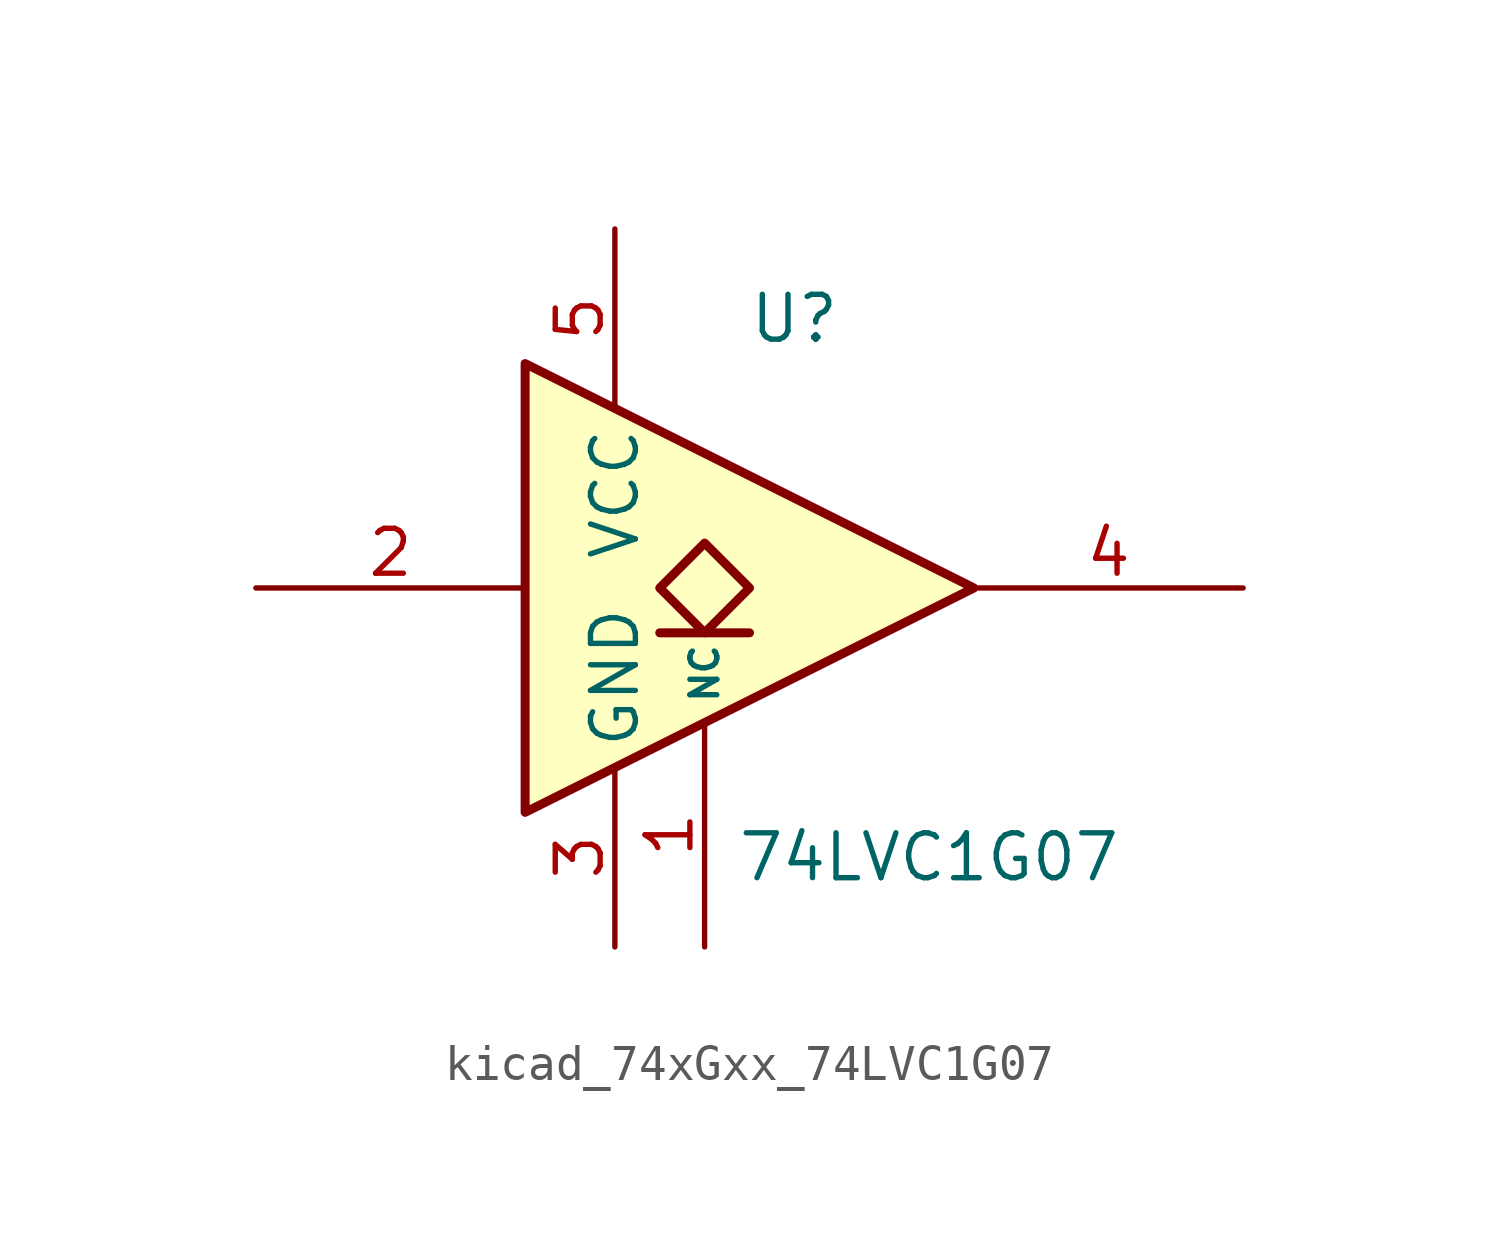
<source format=kicad_sym>
(kicad_symbol_lib
  (version 20220914)
  (generator kicad_symbol_editor)
  (symbol "kicad_74xGxx_74LVC1G07"
    (property "Reference" "U"
      (at 0 7.62 0)
      (effects (font (size 1.27 1.27))))
    (property "Value" "74LVC1G07"
      (at 3.81 -7.62 0)
      (effects (font (size 1.27 1.27))))
    (symbol "kicad_74xGxx_74LVC1G07_0_1"
      (polyline (pts (xy -3.81 -1.27) (xy -1.27 -1.27)) (stroke (width 0.254) (type default)) (fill (type background)))
      (polyline (pts (xy -7.62 6.35) (xy -7.62 -6.35) (xy 5.08 0) (xy -7.62 6.35)) (stroke (width 0.254) (type default)) (fill (type background)))
      (polyline (pts (xy -2.54 1.27) (xy -3.81 0) (xy -2.54 -1.27) (xy -1.27 0) (xy -2.54 1.27)) (stroke (width 0.254) (type default)) (fill (type background))))
    (symbol "kicad_74xGxx_74LVC1G07_1_1"
      (pin free line (at -2.54 -10.16 90) (length 6.35) (name "NC" (effects (font (size 0.762 0.762)))) (number "1" (effects (font (size 1.27 1.27)))))
      (pin input line (at -15.24 0 0) (length 7.62) (name "~" (effects (font (size 1.27 1.27)))) (number "2" (effects (font (size 1.27 1.27)))))
      (pin power_in line (at -5.08 -10.16 90) (length 5.08) (name "GND" (effects (font (size 1.27 1.27)))) (number "3" (effects (font (size 1.27 1.27)))))
      (pin open_collector line (at 12.7 0 180) (length 7.62) (name "~" (effects (font (size 1.27 1.27)))) (number "4" (effects (font (size 1.27 1.27)))))
      (pin power_in line (at -5.08 10.16 270) (length 5.08) (name "VCC" (effects (font (size 1.27 1.27)))) (number "5" (effects (font (size 1.27 1.27))))))))
</source>
